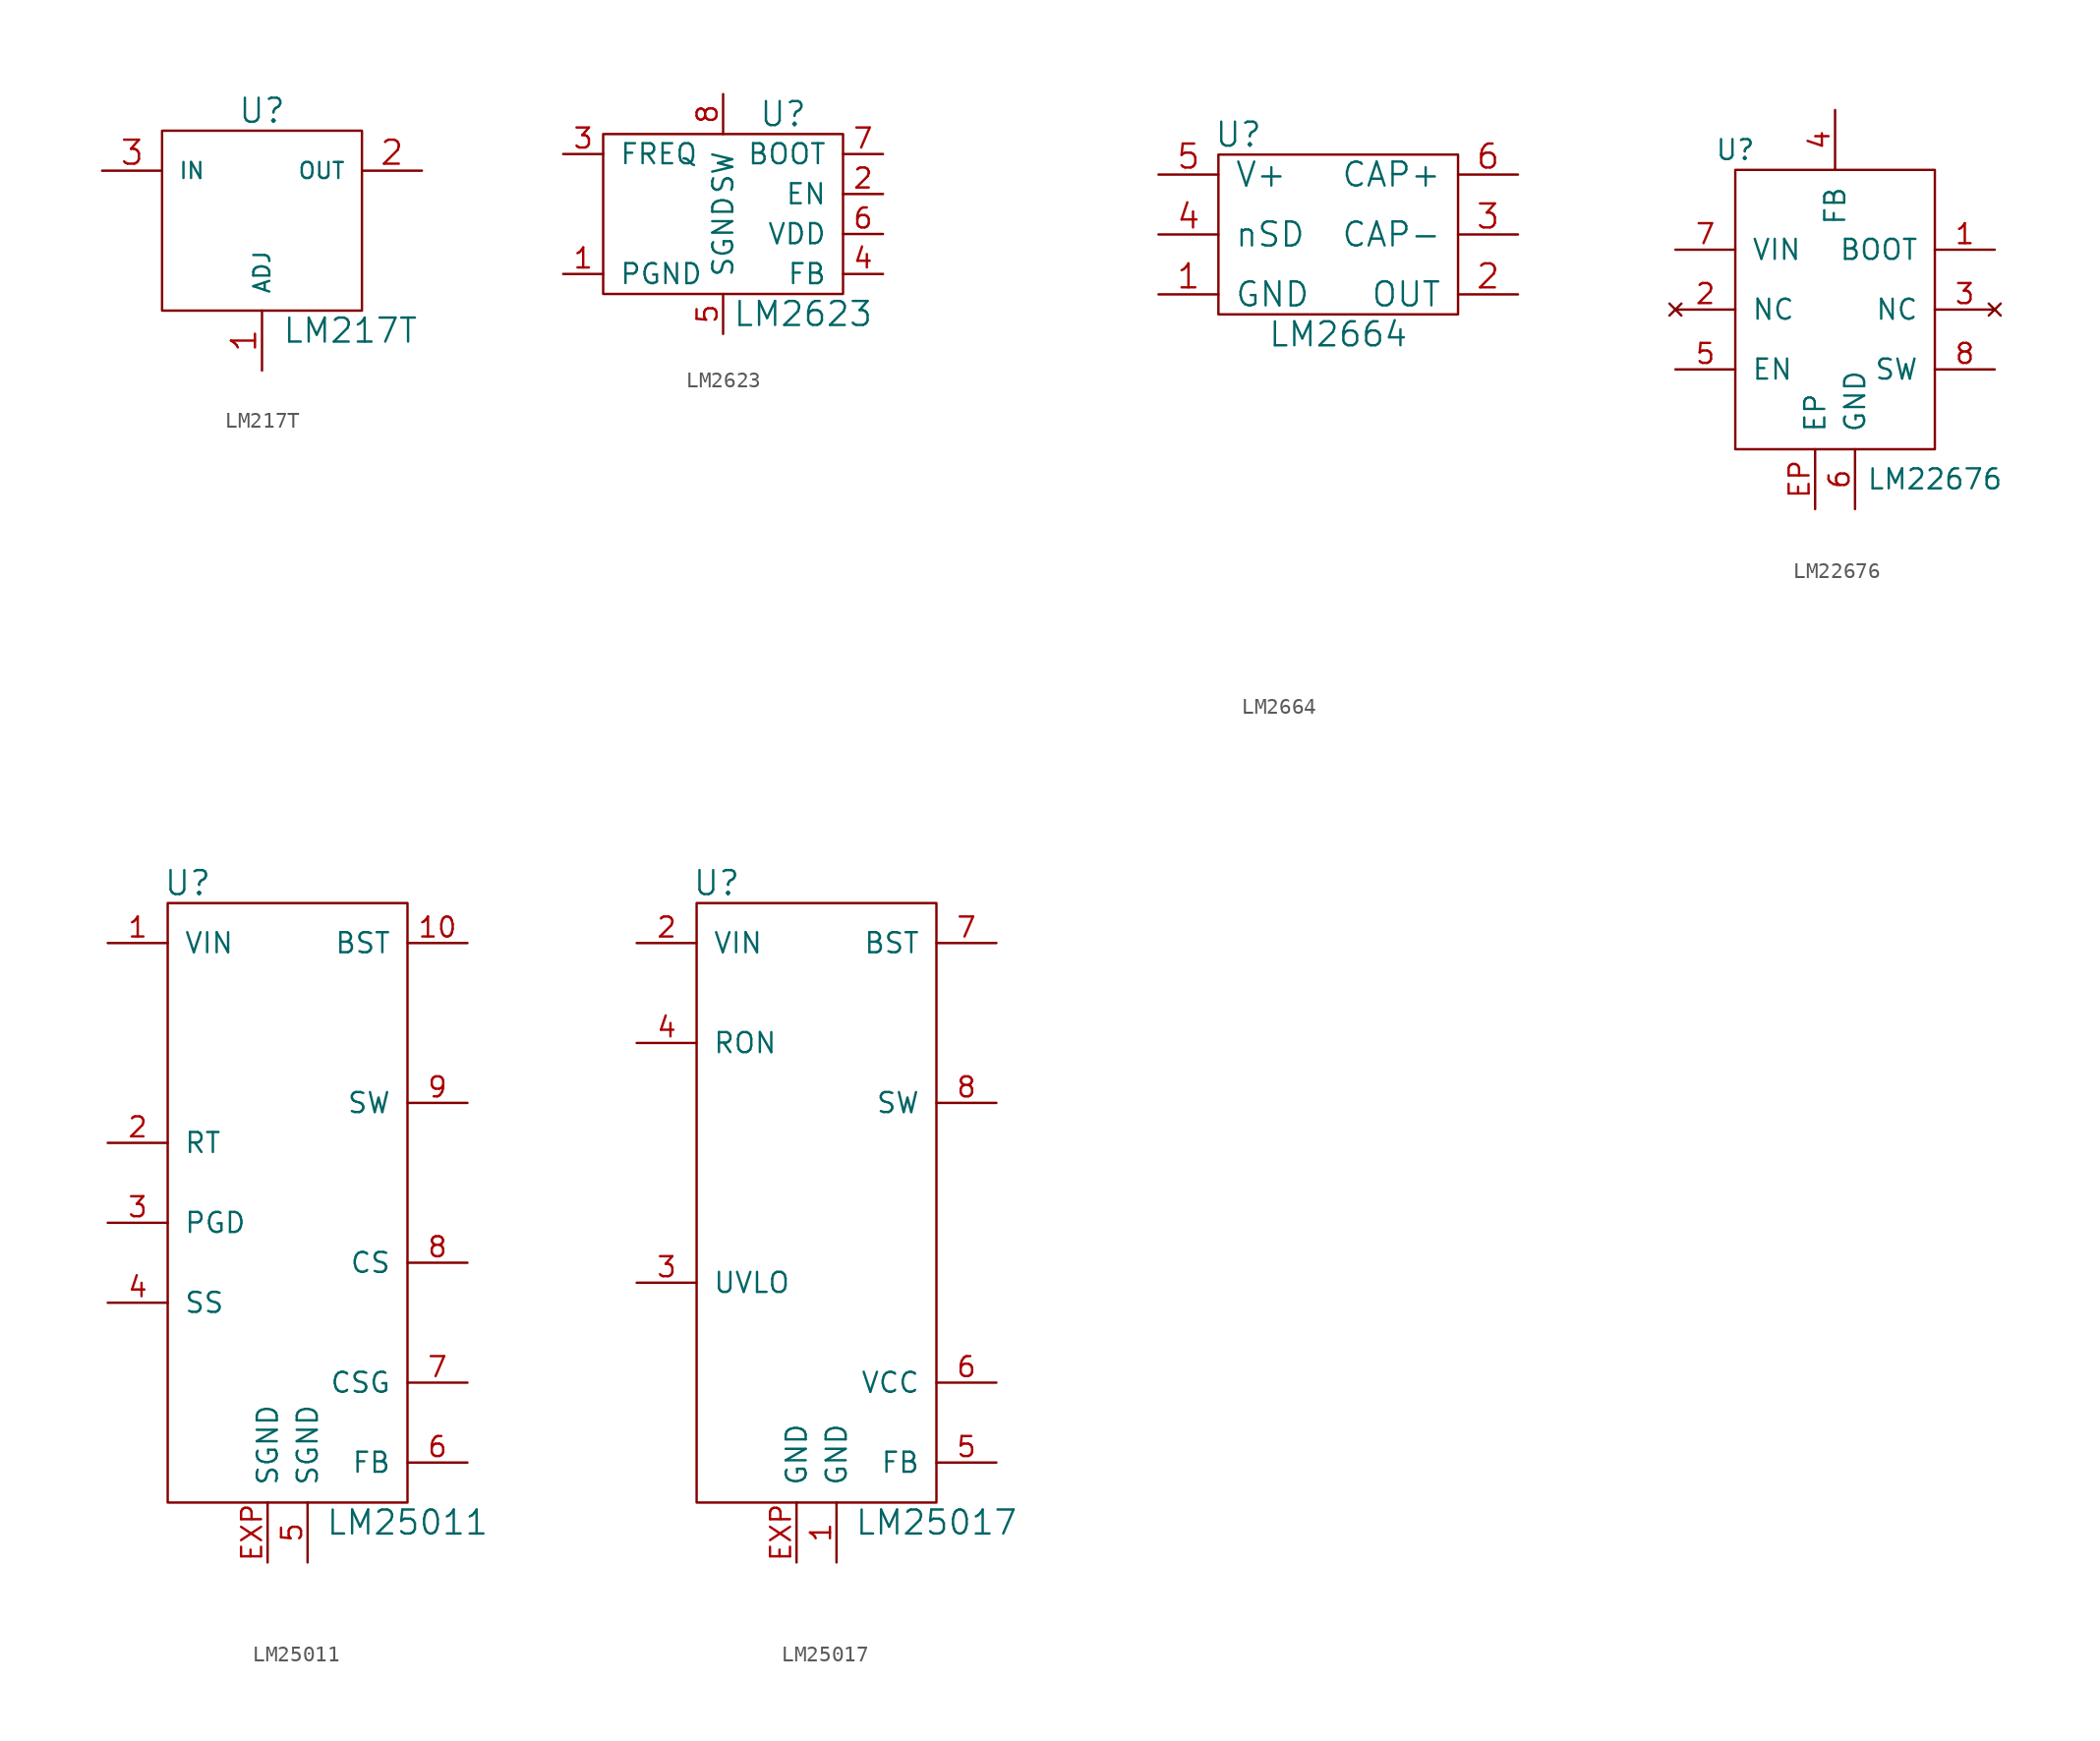
<source format=kicad_sym>
(kicad_symbol_lib
  (version 20210619)
  (generator kicad_symbol_editor)
  (symbol "tinkerforge:LM217T"
    (pin_names
      (offset 1.016))
    (property "Reference" "U"
      (at 0 7.62 0)
      (effects (font (size 1.524 1.524))))
    (property "Value" "LM217T"
      (at 1.27 -6.35 0)
      (effects (font (size 1.524 1.524)) (justify left)))
    (property "Footprint" ""
      (at 0 0 0)
      (effects (font (size 1.524 1.524))))
    (property "Datasheet" ""
      (at 0 0 0)
      (effects (font (size 1.524 1.524))))
    (symbol "LM217T_0_1"
      (rectangle (start -6.35 6.35) (end 6.35 -5.08) (stroke (width 0)) (fill (type none))))
    (symbol "LM217T_1_1"
      (pin input line (at 0 -8.89 90) (length 3.81) (name "ADJ" (effects (font (size 1.016 1.016)))) (number "1" (effects (font (size 1.524 1.524)))))
      (pin power_out line (at 10.16 3.81 180) (length 3.81) (name "OUT" (effects (font (size 1.016 1.016)))) (number "2" (effects (font (size 1.524 1.524)))))
      (pin input line (at -10.16 3.81 0) (length 3.81) (name "IN" (effects (font (size 1.016 1.016)))) (number "3" (effects (font (size 1.524 1.524)))))))
  (symbol "tinkerforge:LM2623"
    (pin_names
      (offset 1.016))
    (property "Reference" "U"
      (at 3.81 6.35 0)
      (effects (font (size 1.524 1.524))))
    (property "Value" "LM2623"
      (at 5.08 -6.35 0)
      (effects (font (size 1.524 1.524))))
    (property "Footprint" ""
      (at 0 0 0)
      (effects (font (size 1.524 1.524))))
    (property "Datasheet" ""
      (at 0 0 0)
      (effects (font (size 1.524 1.524))))
    (symbol "LM2623_0_1"
      (rectangle (start -7.62 5.08) (end 7.62 -5.08) (stroke (width 0)) (fill (type none))))
    (symbol "LM2623_1_1"
      (pin input line (at -10.16 -3.81 0) (length 2.54) (name "PGND" (effects (font (size 1.27 1.27)))) (number "1" (effects (font (size 1.27 1.27)))))
      (pin input line (at 10.16 1.27 180) (length 2.54) (name "EN" (effects (font (size 1.27 1.27)))) (number "2" (effects (font (size 1.27 1.27)))))
      (pin input line (at -10.16 3.81 0) (length 2.54) (name "FREQ" (effects (font (size 1.27 1.27)))) (number "3" (effects (font (size 1.27 1.27)))))
      (pin input line (at 10.16 -3.81 180) (length 2.54) (name "FB" (effects (font (size 1.27 1.27)))) (number "4" (effects (font (size 1.27 1.27)))))
      (pin input line (at 0 -7.62 90) (length 2.54) (name "SGND" (effects (font (size 1.27 1.27)))) (number "5" (effects (font (size 1.27 1.27)))))
      (pin input line (at 10.16 -1.27 180) (length 2.54) (name "VDD" (effects (font (size 1.27 1.27)))) (number "6" (effects (font (size 1.27 1.27)))))
      (pin input line (at 10.16 3.81 180) (length 2.54) (name "BOOT" (effects (font (size 1.27 1.27)))) (number "7" (effects (font (size 1.27 1.27)))))
      (pin input line (at 0 7.62 270) (length 2.54) (name "SW" (effects (font (size 1.27 1.27)))) (number "8" (effects (font (size 1.27 1.27)))))))
  (symbol "tinkerforge:LM2664"
    (pin_names
      (offset 1.016))
    (property "Reference" "U"
      (at -6.35 6.35 0)
      (effects (font (size 1.524 1.524))))
    (property "Value" "LM2664"
      (at 0 -6.35 0)
      (effects (font (size 1.524 1.524))))
    (property "Footprint" ""
      (at -19.05 -25.4 0)
      (effects (font (size 1.524 1.524))))
    (property "Datasheet" ""
      (at -19.05 -25.4 0)
      (effects (font (size 1.524 1.524))))
    (symbol "LM2664_0_1"
      (rectangle (start -7.62 5.08) (end 7.62 -5.08) (stroke (width 0)) (fill (type none))))
    (symbol "LM2664_1_1"
      (pin input line (at -11.43 -3.81 0) (length 3.81) (name "GND" (effects (font (size 1.524 1.524)))) (number "1" (effects (font (size 1.524 1.524)))))
      (pin input line (at 11.43 -3.81 180) (length 3.81) (name "OUT" (effects (font (size 1.524 1.524)))) (number "2" (effects (font (size 1.524 1.524)))))
      (pin input line (at 11.43 0 180) (length 3.81) (name "CAP-" (effects (font (size 1.524 1.524)))) (number "3" (effects (font (size 1.524 1.524)))))
      (pin input line (at -11.43 0 0) (length 3.81) (name "nSD" (effects (font (size 1.524 1.524)))) (number "4" (effects (font (size 1.524 1.524)))))
      (pin input line (at -11.43 3.81 0) (length 3.81) (name "V+" (effects (font (size 1.524 1.524)))) (number "5" (effects (font (size 1.524 1.524)))))
      (pin input line (at 11.43 3.81 180) (length 3.81) (name "CAP+" (effects (font (size 1.524 1.524)))) (number "6" (effects (font (size 1.524 1.524)))))))
  (symbol "tinkerforge:LM22676"
    (pin_names
      (offset 1.016))
    (property "Reference" "U"
      (at -6.35 10.16 0)
      (effects (font (size 1.27 1.27))))
    (property "Value" "LM22676"
      (at 6.35 -10.795 0)
      (effects (font (size 1.27 1.27))))
    (symbol "LM22676_0_1"
      (rectangle (start -6.35 8.89) (end 6.35 -8.89) (stroke (width 0)) (fill (type none))))
    (symbol "LM22676_1_1"
      (pin passive line (at 10.16 3.81 180) (length 3.81) (name "BOOT" (effects (font (size 1.27 1.27)))) (number "1" (effects (font (size 1.27 1.27)))))
      (pin no_connect line (at -10.16 0 0) (length 3.81) (name "NC" (effects (font (size 1.27 1.27)))) (number "2" (effects (font (size 1.27 1.27)))))
      (pin no_connect line (at 10.16 0 180) (length 3.81) (name "NC" (effects (font (size 1.27 1.27)))) (number "3" (effects (font (size 1.27 1.27)))))
      (pin passive line (at 0 12.7 270) (length 3.81) (name "FB" (effects (font (size 1.27 1.27)))) (number "4" (effects (font (size 1.27 1.27)))))
      (pin passive line (at -10.16 -3.81 0) (length 3.81) (name "EN" (effects (font (size 1.27 1.27)))) (number "5" (effects (font (size 1.27 1.27)))))
      (pin passive line (at 1.27 -12.7 90) (length 3.81) (name "GND" (effects (font (size 1.27 1.27)))) (number "6" (effects (font (size 1.27 1.27)))))
      (pin passive line (at -10.16 3.81 0) (length 3.81) (name "VIN" (effects (font (size 1.27 1.27)))) (number "7" (effects (font (size 1.27 1.27)))))
      (pin passive line (at 10.16 -3.81 180) (length 3.81) (name "SW" (effects (font (size 1.27 1.27)))) (number "8" (effects (font (size 1.27 1.27)))))
      (pin passive line (at -1.27 -12.7 90) (length 3.81) (name "EP" (effects (font (size 1.27 1.27)))) (number "EP" (effects (font (size 1.27 1.27)))))))
  (symbol "tinkerforge:LM25011"
    (pin_names
      (offset 1.016))
    (property "Reference" "U"
      (at -6.35 20.32 0)
      (effects (font (size 1.524 1.524))))
    (property "Value" "LM25011"
      (at 7.62 -20.32 0)
      (effects (font (size 1.524 1.524))))
    (property "Footprint" ""
      (at 1.27 2.54 0)
      (effects (font (size 1.524 1.524))))
    (property "Datasheet" ""
      (at 1.27 2.54 0)
      (effects (font (size 1.524 1.524))))
    (symbol "LM25011_0_1"
      (rectangle (start -7.62 19.05) (end 7.62 -19.05) (stroke (width 0)) (fill (type none))))
    (symbol "LM25011_1_1"
      (pin passive line (at -11.43 16.51 0) (length 3.81) (name "VIN" (effects (font (size 1.27 1.27)))) (number "1" (effects (font (size 1.27 1.27)))))
      (pin passive line (at 11.43 16.51 180) (length 3.81) (name "BST" (effects (font (size 1.27 1.27)))) (number "10" (effects (font (size 1.27 1.27)))))
      (pin passive line (at -11.43 3.81 0) (length 3.81) (name "RT" (effects (font (size 1.27 1.27)))) (number "2" (effects (font (size 1.27 1.27)))))
      (pin passive line (at -11.43 -1.27 0) (length 3.81) (name "PGD" (effects (font (size 1.27 1.27)))) (number "3" (effects (font (size 1.27 1.27)))))
      (pin passive line (at -11.43 -6.35 0) (length 3.81) (name "SS" (effects (font (size 1.27 1.27)))) (number "4" (effects (font (size 1.27 1.27)))))
      (pin passive line (at 1.27 -22.86 90) (length 3.81) (name "SGND" (effects (font (size 1.27 1.27)))) (number "5" (effects (font (size 1.27 1.27)))))
      (pin passive line (at 11.43 -16.51 180) (length 3.81) (name "FB" (effects (font (size 1.27 1.27)))) (number "6" (effects (font (size 1.27 1.27)))))
      (pin passive line (at 11.43 -11.43 180) (length 3.81) (name "CSG" (effects (font (size 1.27 1.27)))) (number "7" (effects (font (size 1.27 1.27)))))
      (pin passive line (at 11.43 -3.81 180) (length 3.81) (name "CS" (effects (font (size 1.27 1.27)))) (number "8" (effects (font (size 1.27 1.27)))))
      (pin passive line (at 11.43 6.35 180) (length 3.81) (name "SW" (effects (font (size 1.27 1.27)))) (number "9" (effects (font (size 1.27 1.27)))))
      (pin passive line (at -1.27 -22.86 90) (length 3.81) (name "SGND" (effects (font (size 1.27 1.27)))) (number "EXP" (effects (font (size 1.27 1.27)))))))
  (symbol "tinkerforge:LM25017"
    (pin_names
      (offset 1.016))
    (property "Reference" "U"
      (at -6.35 20.32 0)
      (effects (font (size 1.524 1.524))))
    (property "Value" "LM25017"
      (at 7.62 -20.32 0)
      (effects (font (size 1.524 1.524))))
    (property "Footprint" ""
      (at 1.27 2.54 0)
      (effects (font (size 1.524 1.524))))
    (property "Datasheet" ""
      (at 1.27 2.54 0)
      (effects (font (size 1.524 1.524))))
    (symbol "LM25017_0_1"
      (rectangle (start -7.62 19.05) (end 7.62 -19.05) (stroke (width 0)) (fill (type none))))
    (symbol "LM25017_1_1"
      (pin passive line (at 1.27 -22.86 90) (length 3.81) (name "GND" (effects (font (size 1.27 1.27)))) (number "1" (effects (font (size 1.27 1.27)))))
      (pin passive line (at -11.43 16.51 0) (length 3.81) (name "VIN" (effects (font (size 1.27 1.27)))) (number "2" (effects (font (size 1.27 1.27)))))
      (pin passive line (at -11.43 -5.08 0) (length 3.81) (name "UVLO" (effects (font (size 1.27 1.27)))) (number "3" (effects (font (size 1.27 1.27)))))
      (pin passive line (at -11.43 10.16 0) (length 3.81) (name "RON" (effects (font (size 1.27 1.27)))) (number "4" (effects (font (size 1.27 1.27)))))
      (pin passive line (at 11.43 -16.51 180) (length 3.81) (name "FB" (effects (font (size 1.27 1.27)))) (number "5" (effects (font (size 1.27 1.27)))))
      (pin passive line (at 11.43 -11.43 180) (length 3.81) (name "VCC" (effects (font (size 1.27 1.27)))) (number "6" (effects (font (size 1.27 1.27)))))
      (pin passive line (at 11.43 16.51 180) (length 3.81) (name "BST" (effects (font (size 1.27 1.27)))) (number "7" (effects (font (size 1.27 1.27)))))
      (pin passive line (at 11.43 6.35 180) (length 3.81) (name "SW" (effects (font (size 1.27 1.27)))) (number "8" (effects (font (size 1.27 1.27)))))
      (pin passive line (at -1.27 -22.86 90) (length 3.81) (name "GND" (effects (font (size 1.27 1.27)))) (number "EXP" (effects (font (size 1.27 1.27))))))))
</source>
